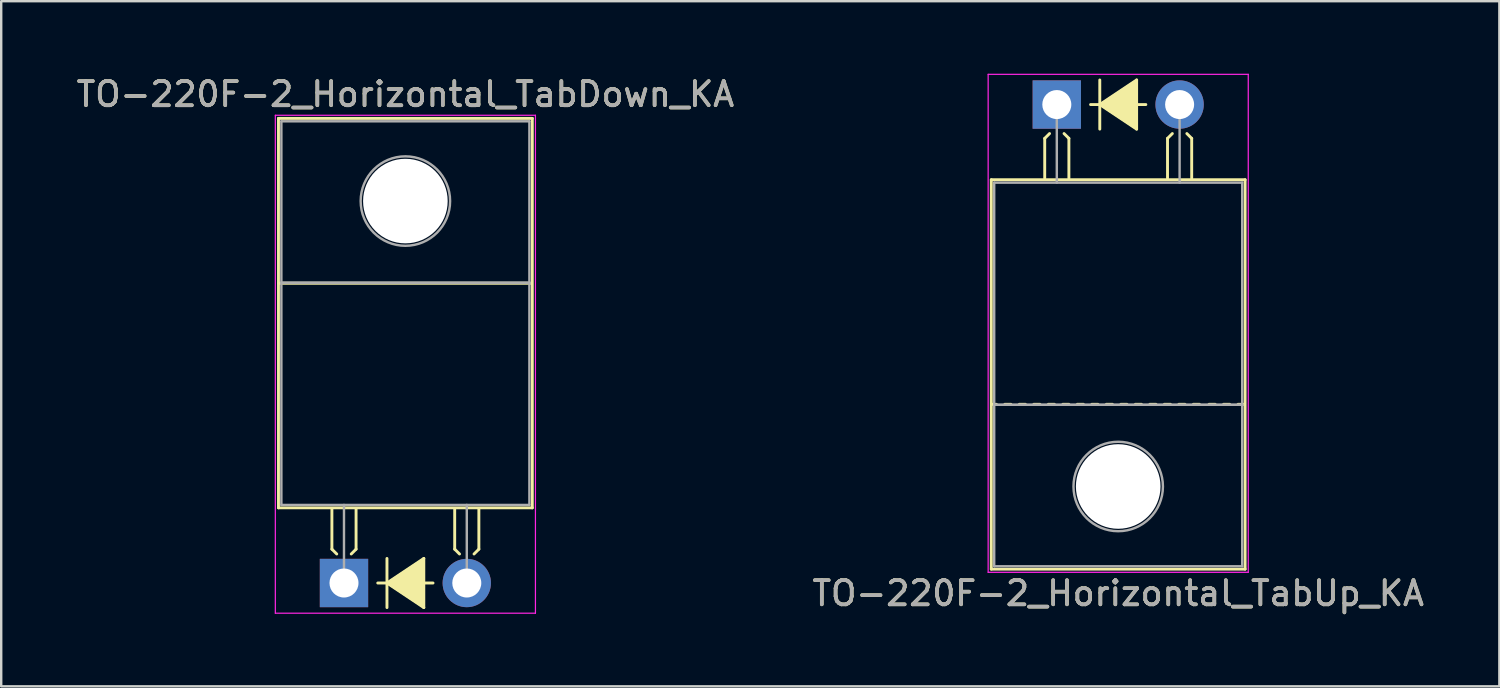
<source format=kicad_pcb>
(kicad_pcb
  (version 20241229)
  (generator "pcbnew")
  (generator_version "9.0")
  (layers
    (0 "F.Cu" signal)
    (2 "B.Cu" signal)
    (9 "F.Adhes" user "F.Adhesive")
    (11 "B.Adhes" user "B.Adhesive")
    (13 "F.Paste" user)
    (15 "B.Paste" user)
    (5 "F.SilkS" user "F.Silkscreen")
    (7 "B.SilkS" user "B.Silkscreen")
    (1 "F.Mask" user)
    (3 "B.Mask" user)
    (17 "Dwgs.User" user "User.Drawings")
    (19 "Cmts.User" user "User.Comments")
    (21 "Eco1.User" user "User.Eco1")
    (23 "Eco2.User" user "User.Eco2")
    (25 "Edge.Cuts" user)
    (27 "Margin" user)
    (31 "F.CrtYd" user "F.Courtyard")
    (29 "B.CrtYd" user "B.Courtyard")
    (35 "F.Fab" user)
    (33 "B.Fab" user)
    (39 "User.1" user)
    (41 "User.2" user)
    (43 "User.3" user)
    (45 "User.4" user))
  (footprint "TO-220F-2_Horizontal_TabDown_KA"
    (layer "F.Cu")
    (at 11.18 21.068)
    (property "Reference" "TO-220F-2_Horizontal_TabDown_KA" (at 2.54 -20.22 0) (layer "F.SilkS") (effects (font (size 1 1) (thickness 0.15))))
    (fp_line (start -2.71 -19.22) (end -2.71 -3.11) (stroke (width 0.12) (type solid)) (layer "F.SilkS"))
    (fp_line (start -2.71 -19.22) (end 7.79 -19.22) (stroke (width 0.12) (type solid)) (layer "F.SilkS"))
    (fp_line (start -2.71 -3.11) (end 7.79 -3.11) (stroke (width 0.12) (type solid)) (layer "F.SilkS"))
    (fp_line (start -2.7 -12.4) (end 7.75 -12.4) (stroke (width 0.12) (type solid)) (layer "F.SilkS"))
    (fp_line (start -0.5 -3.048) (end -0.5 -1.4) (stroke (width 0.12) (type solid)) (layer "F.SilkS"))
    (fp_line (start -0.5 -1.4) (end -0.3 -1.2) (stroke (width 0.12) (type solid)) (layer "F.SilkS"))
    (fp_line (start 0.5 -3.048) (end 0.5 -1.4) (stroke (width 0.12) (type solid)) (layer "F.SilkS"))
    (fp_line (start 0.5 -1.4) (end 0.3 -1.2) (stroke (width 0.12) (type solid)) (layer "F.SilkS"))
    (fp_line (start 1.397 0) (end 1.778 0) (stroke (width 0.12) (type solid)) (layer "F.SilkS"))
    (fp_line (start 1.778 0) (end 1.778 -1.016) (stroke (width 0.12) (type solid)) (layer "F.SilkS"))
    (fp_line (start 1.778 0) (end 1.778 1.016) (stroke (width 0.12) (type solid)) (layer "F.SilkS"))
    (fp_line (start 1.778 0) (end 3.302 1.016) (stroke (width 0.12) (type solid)) (layer "F.SilkS"))
    (fp_line (start 3.302 -1.016) (end 1.778 0) (stroke (width 0.12) (type solid)) (layer "F.SilkS"))
    (fp_line (start 3.302 0) (end 3.683 0) (stroke (width 0.12) (type solid)) (layer "F.SilkS"))
    (fp_line (start 3.302 1.016) (end 3.302 -1.016) (stroke (width 0.12) (type solid)) (layer "F.SilkS"))
    (fp_line (start 4.58 -3.048) (end 4.58 -1.4) (stroke (width 0.12) (type solid)) (layer "F.SilkS"))
    (fp_line (start 4.58 -1.4) (end 4.78 -1.2) (stroke (width 0.12) (type solid)) (layer "F.SilkS"))
    (fp_line (start 5.58 -3.048) (end 5.58 -1.4) (stroke (width 0.12) (type solid)) (layer "F.SilkS"))
    (fp_line (start 5.58 -1.4) (end 5.38 -1.2) (stroke (width 0.12) (type solid)) (layer "F.SilkS"))
    (fp_line (start 7.79 -19.22) (end 7.79 -3.11) (stroke (width 0.12) (type solid)) (layer "F.SilkS"))
    (fp_poly (pts (xy 3.3 1) (xy 1.8 0) (xy 3.3 -1)) (stroke (width 0.1) (type solid)) (fill yes) (layer "F.SilkS"))
    (fp_line (start -2.84 -19.35) (end -2.84 1.25) (stroke (width 0.05) (type solid)) (layer "F.CrtYd"))
    (fp_line (start -2.84 1.25) (end 7.92 1.25) (stroke (width 0.05) (type solid)) (layer "F.CrtYd"))
    (fp_line (start 7.92 -19.35) (end -2.84 -19.35) (stroke (width 0.05) (type solid)) (layer "F.CrtYd"))
    (fp_line (start 7.92 1.25) (end 7.92 -19.35) (stroke (width 0.05) (type solid)) (layer "F.CrtYd"))
    (fp_line (start -2.59 -19.1) (end 7.67 -19.1) (stroke (width 0.1) (type solid)) (layer "F.Fab"))
    (fp_line (start -2.59 -12.42) (end -2.59 -19.1) (stroke (width 0.1) (type solid)) (layer "F.Fab"))
    (fp_line (start -2.59 -12.42) (end 7.67 -12.42) (stroke (width 0.1) (type solid)) (layer "F.Fab"))
    (fp_line (start -2.59 -3.23) (end -2.59 -12.42) (stroke (width 0.1) (type solid)) (layer "F.Fab"))
    (fp_line (start 0 -3.23) (end 0 0) (stroke (width 0.1) (type solid)) (layer "F.Fab"))
    (fp_line (start 5.08 -3.23) (end 5.08 0) (stroke (width 0.1) (type solid)) (layer "F.Fab"))
    (fp_line (start 7.67 -19.1) (end 7.67 -12.42) (stroke (width 0.1) (type solid)) (layer "F.Fab"))
    (fp_line (start 7.67 -12.42) (end -2.59 -12.42) (stroke (width 0.1) (type solid)) (layer "F.Fab"))
    (fp_line (start 7.67 -12.42) (end 7.67 -3.23) (stroke (width 0.1) (type solid)) (layer "F.Fab"))
    (fp_line (start 7.67 -3.23) (end -2.59 -3.23) (stroke (width 0.1) (type solid)) (layer "F.Fab"))
    (fp_circle (center 2.54 -15.8) (end 4.39 -15.8) (stroke (width 0.1) (type solid)) (fill no) (layer "F.Fab"))
    (fp_text user "${REFERENCE}" (at 2.54 -20.22 0) (layer "F.Fab") (effects (font (size 1 1) (thickness 0.15))))
    (pad "" np_thru_hole oval (at 2.54 -15.8) (size 3.5 3.5) (drill 3.5) (layers "*.Cu" "*.Mask"))
    (pad "1" thru_hole rect (at 0 0) (size 2 2) (drill 1.2) (layers "*.Cu" "*.Mask"))
    (pad "2" thru_hole oval (at 5.08 0) (size 2 2) (drill 1.2) (layers "*.Cu" "*.Mask")))
  (footprint "TO-220F-2_Horizontal_TabUp_KA"
    (layer "F.Cu")
    (at 40.668 1.275)
    (property "Reference" "TO-220F-2_Horizontal_TabUp_KA" (at 2.54 20.22 0) (layer "F.SilkS") (effects (font (size 1 1) (thickness 0.15))))
    (fp_line (start -2.71 19.22) (end -2.71 3.11) (stroke (width 0.12) (type solid)) (layer "F.SilkS"))
    (fp_line (start -2.5 12.4) (end -2.7 12.4) (stroke (width 0.12) (type solid)) (layer "F.SilkS"))
    (fp_line (start -1.9 12.4) (end -2.15 12.4) (stroke (width 0.12) (type solid)) (layer "F.SilkS"))
    (fp_line (start -1.3 12.4) (end -1.55 12.4) (stroke (width 0.12) (type solid)) (layer "F.SilkS"))
    (fp_line (start -0.7 12.4) (end -0.95 12.4) (stroke (width 0.12) (type solid)) (layer "F.SilkS"))
    (fp_line (start -0.5 1.4) (end -0.3 1.2) (stroke (width 0.12) (type solid)) (layer "F.SilkS"))
    (fp_line (start -0.5 3.048) (end -0.5 1.4) (stroke (width 0.12) (type solid)) (layer "F.SilkS"))
    (fp_line (start -0.1 12.4) (end -0.35 12.4) (stroke (width 0.12) (type solid)) (layer "F.SilkS"))
    (fp_line (start 0.5 1.4) (end 0.3 1.2) (stroke (width 0.12) (type solid)) (layer "F.SilkS"))
    (fp_line (start 0.5 3.048) (end 0.5 1.4) (stroke (width 0.12) (type solid)) (layer "F.SilkS"))
    (fp_line (start 0.5 12.4) (end 0.25 12.4) (stroke (width 0.12) (type solid)) (layer "F.SilkS"))
    (fp_line (start 1.1 12.4) (end 0.85 12.4) (stroke (width 0.12) (type solid)) (layer "F.SilkS"))
    (fp_line (start 1.397 0) (end 1.778 0) (stroke (width 0.12) (type solid)) (layer "F.SilkS"))
    (fp_line (start 1.7 12.4) (end 1.45 12.4) (stroke (width 0.12) (type solid)) (layer "F.SilkS"))
    (fp_line (start 1.778 0) (end 1.778 -1.016) (stroke (width 0.12) (type solid)) (layer "F.SilkS"))
    (fp_line (start 1.778 0) (end 1.778 1.016) (stroke (width 0.12) (type solid)) (layer "F.SilkS"))
    (fp_line (start 1.778 0) (end 3.302 1.016) (stroke (width 0.12) (type solid)) (layer "F.SilkS"))
    (fp_line (start 2.3 12.4) (end 2.05 12.4) (stroke (width 0.12) (type solid)) (layer "F.SilkS"))
    (fp_line (start 2.9 12.4) (end 2.65 12.4) (stroke (width 0.12) (type solid)) (layer "F.SilkS"))
    (fp_line (start 3.302 -1.016) (end 1.778 0) (stroke (width 0.12) (type solid)) (layer "F.SilkS"))
    (fp_line (start 3.302 0) (end 3.683 0) (stroke (width 0.12) (type solid)) (layer "F.SilkS"))
    (fp_line (start 3.302 1.016) (end 3.302 -1.016) (stroke (width 0.12) (type solid)) (layer "F.SilkS"))
    (fp_line (start 3.5 12.4) (end 3.25 12.4) (stroke (width 0.12) (type solid)) (layer "F.SilkS"))
    (fp_line (start 4.1 12.4) (end 3.85 12.4) (stroke (width 0.12) (type solid)) (layer "F.SilkS"))
    (fp_line (start 4.58 1.4) (end 4.78 1.2) (stroke (width 0.12) (type solid)) (layer "F.SilkS"))
    (fp_line (start 4.58 3.048) (end 4.58 1.4) (stroke (width 0.12) (type solid)) (layer "F.SilkS"))
    (fp_line (start 4.7 12.4) (end 4.45 12.4) (stroke (width 0.12) (type solid)) (layer "F.SilkS"))
    (fp_line (start 5.3 12.4) (end 5.05 12.4) (stroke (width 0.12) (type solid)) (layer "F.SilkS"))
    (fp_line (start 5.58 1.4) (end 5.38 1.2) (stroke (width 0.12) (type solid)) (layer "F.SilkS"))
    (fp_line (start 5.58 3.048) (end 5.58 1.4) (stroke (width 0.12) (type solid)) (layer "F.SilkS"))
    (fp_line (start 5.9 12.4) (end 5.65 12.4) (stroke (width 0.12) (type solid)) (layer "F.SilkS"))
    (fp_line (start 6.55 12.4) (end 6.3 12.4) (stroke (width 0.12) (type solid)) (layer "F.SilkS"))
    (fp_line (start 7.15 12.4) (end 6.9 12.4) (stroke (width 0.12) (type solid)) (layer "F.SilkS"))
    (fp_line (start 7.75 12.4) (end 7.5 12.4) (stroke (width 0.12) (type solid)) (layer "F.SilkS"))
    (fp_line (start 7.79 3.11) (end -2.71 3.11) (stroke (width 0.12) (type solid)) (layer "F.SilkS"))
    (fp_line (start 7.79 19.22) (end -2.71 19.22) (stroke (width 0.12) (type solid)) (layer "F.SilkS"))
    (fp_line (start 7.79 19.22) (end 7.79 3.11) (stroke (width 0.12) (type solid)) (layer "F.SilkS"))
    (fp_poly (pts (xy 3.3 1) (xy 1.8 0) (xy 3.3 -1)) (stroke (width 0.1) (type solid)) (fill yes) (layer "F.SilkS"))
    (fp_line (start -2.84 -1.25) (end -2.84 19.35) (stroke (width 0.05) (type solid)) (layer "F.CrtYd"))
    (fp_line (start -2.84 19.35) (end 7.92 19.35) (stroke (width 0.05) (type solid)) (layer "F.CrtYd"))
    (fp_line (start 7.92 -1.25) (end -2.84 -1.25) (stroke (width 0.05) (type solid)) (layer "F.CrtYd"))
    (fp_line (start 7.92 19.35) (end 7.92 -1.25) (stroke (width 0.05) (type solid)) (layer "F.CrtYd"))
    (fp_line (start -2.59 3.23) (end -2.59 12.42) (stroke (width 0.1) (type solid)) (layer "F.Fab"))
    (fp_line (start -2.59 12.42) (end -2.59 19.1) (stroke (width 0.1) (type solid)) (layer "F.Fab"))
    (fp_line (start -2.59 12.42) (end 7.67 12.42) (stroke (width 0.1) (type solid)) (layer "F.Fab"))
    (fp_line (start -2.59 19.1) (end 7.67 19.1) (stroke (width 0.1) (type solid)) (layer "F.Fab"))
    (fp_line (start 0 3.23) (end 0 0) (stroke (width 0.1) (type solid)) (layer "F.Fab"))
    (fp_line (start 5.08 3.23) (end 5.08 0) (stroke (width 0.1) (type solid)) (layer "F.Fab"))
    (fp_line (start 7.67 3.23) (end -2.59 3.23) (stroke (width 0.1) (type solid)) (layer "F.Fab"))
    (fp_line (start 7.67 12.42) (end -2.59 12.42) (stroke (width 0.1) (type solid)) (layer "F.Fab"))
    (fp_line (start 7.67 12.42) (end 7.67 3.23) (stroke (width 0.1) (type solid)) (layer "F.Fab"))
    (fp_line (start 7.67 19.1) (end 7.67 12.42) (stroke (width 0.1) (type solid)) (layer "F.Fab"))
    (fp_circle (center 2.54 15.8) (end 4.39 15.8) (stroke (width 0.1) (type solid)) (fill no) (layer "F.Fab"))
    (fp_text user "${REFERENCE}" (at 2.54 20.22 0) (layer "F.Fab") (effects (font (size 1 1) (thickness 0.15))))
    (pad "" np_thru_hole oval (at 2.54 15.8) (size 3.5 3.5) (drill 3.5) (layers "*.Cu" "*.Mask"))
    (pad "1" thru_hole rect (at 0 0) (size 2 2) (drill 1.2) (layers "*.Cu" "*.Mask"))
    (pad "2" thru_hole oval (at 5.08 0) (size 2 2) (drill 1.2) (layers "*.Cu" "*.Mask")))
  (gr_rect
    (start -3 -3)
    (end 58.976 25.343)
    (stroke (width 0.1) (type default))
    (fill no)
    (layer "Edge.Cuts")))
</source>
